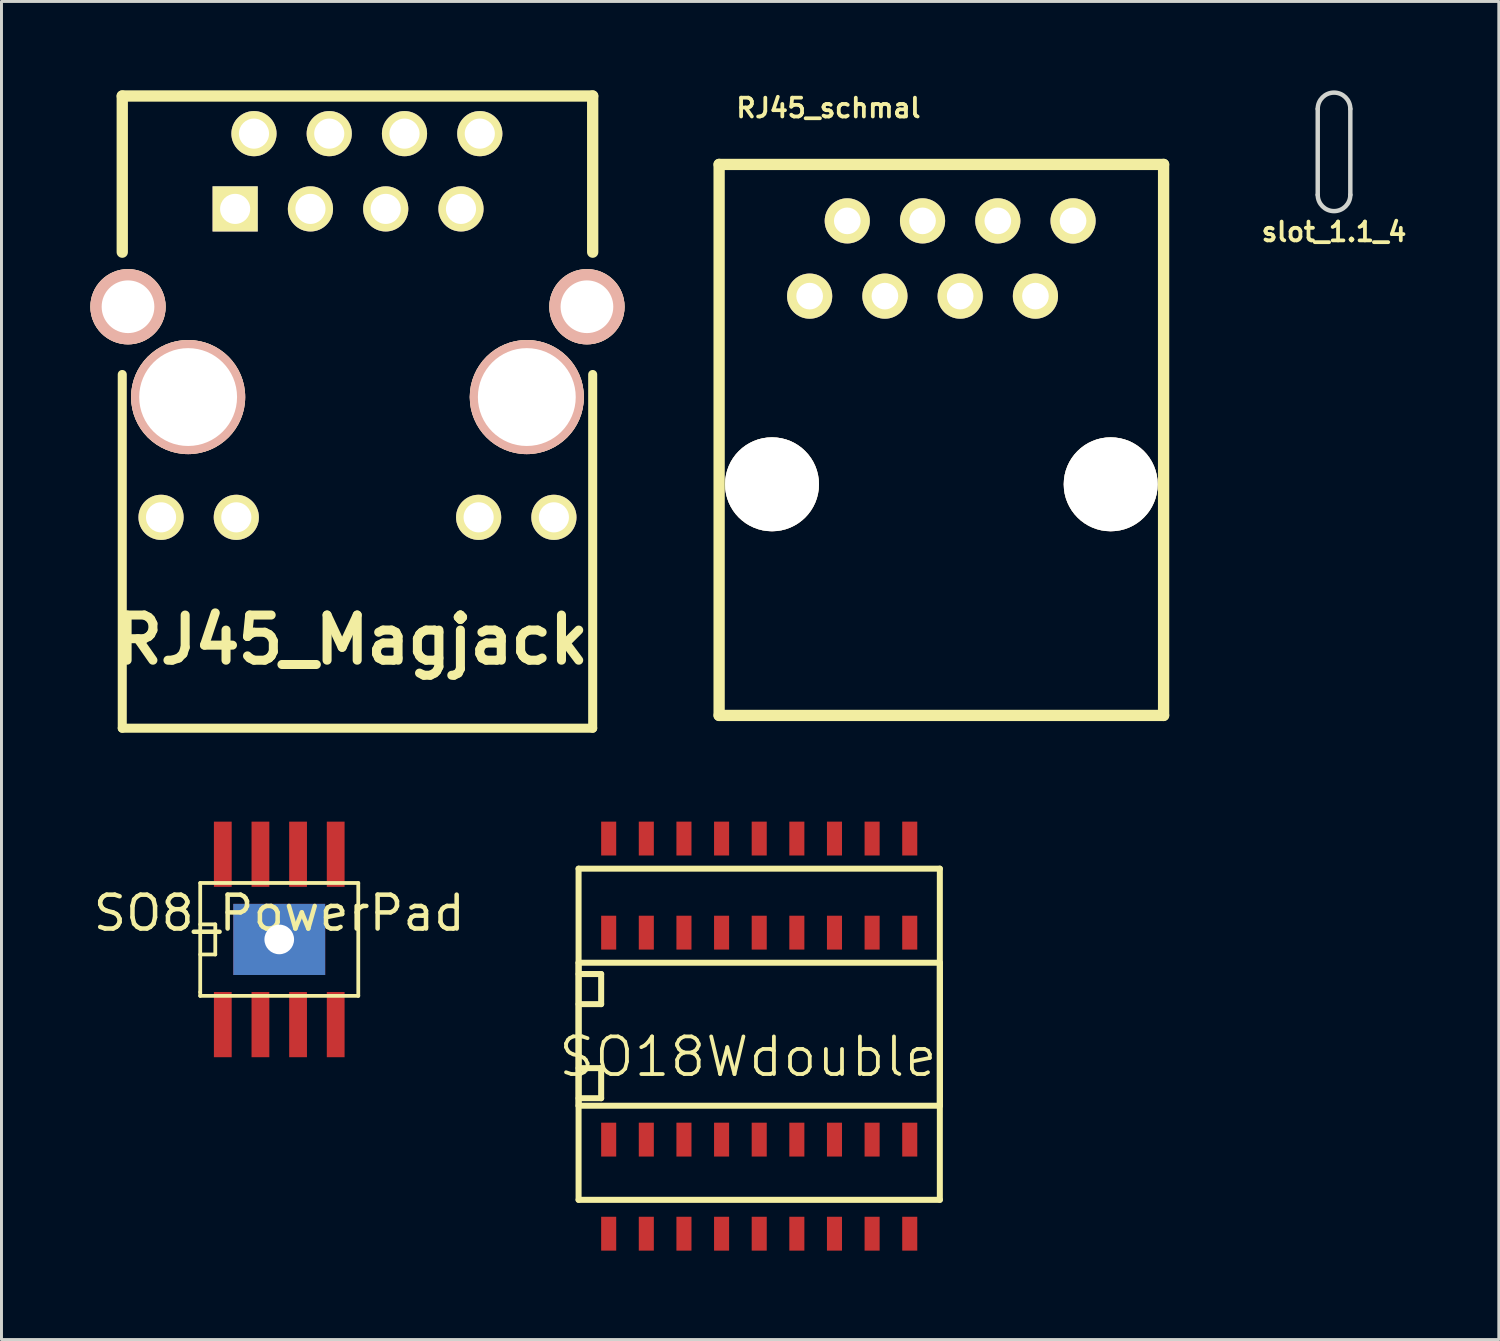
<source format=kicad_pcb>
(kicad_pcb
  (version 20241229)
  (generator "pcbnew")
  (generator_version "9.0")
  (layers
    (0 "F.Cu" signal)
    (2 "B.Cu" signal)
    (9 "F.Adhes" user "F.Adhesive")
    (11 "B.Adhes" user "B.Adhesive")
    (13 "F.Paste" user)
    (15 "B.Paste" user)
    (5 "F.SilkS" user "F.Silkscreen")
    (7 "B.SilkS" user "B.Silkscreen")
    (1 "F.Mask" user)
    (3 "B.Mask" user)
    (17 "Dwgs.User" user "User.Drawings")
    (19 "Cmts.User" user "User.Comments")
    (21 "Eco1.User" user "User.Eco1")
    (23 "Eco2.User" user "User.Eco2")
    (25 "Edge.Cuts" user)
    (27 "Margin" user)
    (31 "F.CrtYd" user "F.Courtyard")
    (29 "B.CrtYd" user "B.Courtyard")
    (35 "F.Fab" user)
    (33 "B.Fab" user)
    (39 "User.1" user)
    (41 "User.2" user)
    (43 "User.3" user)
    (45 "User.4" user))
  (footprint "slot_1.1_4"
    (layer "F.Cu")
    (at 41.971 2.075)
    (property "Reference" "slot_1.1_4" (at 0 2.7 0) (layer "F.SilkS") (effects (font (size 0.635 0.635) (thickness 0.127))))
    (attr through_hole)
    (fp_line (start -0.55 1.45) (end -0.55 -1.45) (stroke (width 0.15) (type solid)) (layer "Edge.Cuts"))
    (fp_line (start 0.55 1.45) (end 0.55 -1.45) (stroke (width 0.15) (type solid)) (layer "Edge.Cuts"))
    (fp_arc (start -0.55 -1.45) (mid 0 -2) (end 0.55 -1.45) (stroke (width 0.15) (type solid)) (layer "Edge.Cuts"))
    (fp_arc (start 0.55 1.45) (mid 0 2) (end -0.55 1.45) (stroke (width 0.15) (type solid)) (layer "Edge.Cuts")))
  (footprint "RJ45_schmal"
    (layer "F.Cu")
    (at 28.719 6.944)
    (property "Reference" "RJ45_schmal" (at -3.81 -6.35 0) (layer "F.SilkS") (effects (font (size 0.635 0.635) (thickness 0.127))))
    (attr through_hole)
    (fp_line (start -7.5 -4.445) (end -7.5 14.15) (stroke (width 0.381) (type solid)) (layer "F.SilkS"))
    (fp_line (start -7.5 14.15) (end 7.5 14.15) (stroke (width 0.381) (type solid)) (layer "F.SilkS"))
    (fp_line (start 7.5 -4.445) (end -7.5 -4.445) (stroke (width 0.381) (type solid)) (layer "F.SilkS"))
    (fp_line (start 7.5 14.15) (end 7.5 -4.445) (stroke (width 0.381) (type solid)) (layer "F.SilkS"))
    (pad "" thru_hole circle (at -5.715 6.35) (size 3.17 3.17) (drill 3.17) (layers "*.Cu" "*.Mask" "F.SilkS"))
    (pad "" thru_hole circle (at 5.715 6.35) (size 3.17 3.17) (drill 3.17) (layers "*.Cu" "*.Mask" "F.SilkS"))
    (pad "1" thru_hole circle (at -4.445 0) (size 1.524 1.524) (drill 0.899) (layers "*.Cu" "*.Mask" "F.SilkS"))
    (pad "2" thru_hole circle (at -3.175 -2.54) (size 1.524 1.524) (drill 0.899) (layers "*.Cu" "*.Mask" "F.SilkS"))
    (pad "3" thru_hole circle (at -1.905 0) (size 1.524 1.524) (drill 0.899) (layers "*.Cu" "*.Mask" "F.SilkS"))
    (pad "4" thru_hole circle (at -0.635 -2.54) (size 1.524 1.524) (drill 0.899) (layers "*.Cu" "*.Mask" "F.SilkS"))
    (pad "5" thru_hole circle (at 0.635 0) (size 1.524 1.524) (drill 0.899) (layers "*.Cu" "*.Mask" "F.SilkS"))
    (pad "6" thru_hole circle (at 1.905 -2.54) (size 1.524 1.524) (drill 0.899) (layers "*.Cu" "*.Mask" "F.SilkS"))
    (pad "7" thru_hole circle (at 3.175 0) (size 1.524 1.524) (drill 0.899) (layers "*.Cu" "*.Mask" "F.SilkS"))
    (pad "8" thru_hole circle (at 4.445 -2.54) (size 1.524 1.524) (drill 0.899) (layers "*.Cu" "*.Mask" "F.SilkS")))
  (footprint "RJ45_Magjack"
    (layer "F.Cu")
    (at 9.014 1.46)
    (property "Reference" "RJ45_Magjack" (at -0.191 17.081 0) (layer "F.SilkS") (effects (font (size 1.524 1.524) (thickness 0.305))))
    (attr through_hole)
    (fp_line (start -7.938 -1.27) (end 7.938 -1.27) (stroke (width 0.381) (type solid)) (layer "F.SilkS"))
    (fp_line (start -7.938 4) (end -7.938 -1.27) (stroke (width 0.381) (type solid)) (layer "F.SilkS"))
    (fp_line (start -7.938 20.066) (end -7.938 8.128) (stroke (width 0.305) (type solid)) (layer "F.SilkS"))
    (fp_line (start -7.938 20.066) (end 7.938 20.066) (stroke (width 0.305) (type solid)) (layer "F.SilkS"))
    (fp_line (start 7.938 -1.27) (end 7.938 4) (stroke (width 0.381) (type solid)) (layer "F.SilkS"))
    (fp_line (start 7.938 20.066) (end 7.938 8.128) (stroke (width 0.305) (type solid)) (layer "F.SilkS"))
    (pad "1" thru_hole rect (at -4.128 2.54) (size 1.524 1.524) (drill 1.016) (layers "*.Cu" "*.Mask" "F.SilkS"))
    (pad "2" thru_hole circle (at -3.493 0) (size 1.524 1.524) (drill 1.016) (layers "*.Cu" "*.Mask" "F.SilkS"))
    (pad "3" thru_hole circle (at -1.587 2.54) (size 1.524 1.524) (drill 1.016) (layers "*.Cu" "*.Mask" "F.SilkS"))
    (pad "4" thru_hole circle (at -0.953 0) (size 1.524 1.524) (drill 1.016) (layers "*.Cu" "*.Mask" "F.SilkS"))
    (pad "5" thru_hole circle (at 0.953 2.54) (size 1.524 1.524) (drill 1.016) (layers "*.Cu" "*.Mask" "F.SilkS"))
    (pad "6" thru_hole circle (at 1.587 0) (size 1.524 1.524) (drill 1.016) (layers "*.Cu" "*.Mask" "F.SilkS"))
    (pad "7" thru_hole circle (at 3.493 2.54) (size 1.524 1.524) (drill 1.016) (layers "*.Cu" "*.Mask" "F.SilkS"))
    (pad "8" thru_hole circle (at 4.128 0) (size 1.524 1.524) (drill 1.016) (layers "*.Cu" "*.Mask" "F.SilkS"))
    (pad "13" thru_hole circle (at -7.744 5.842) (size 2.54 2.54) (drill 1.778) (layers "*.Cu" "*.SilkS" "*.Mask"))
    (pad "13" thru_hole circle (at 7.744 5.842) (size 2.54 2.54) (drill 1.778) (layers "*.Cu" "*.SilkS" "*.Mask"))
    (pad "GA" thru_hole circle (at -6.629 12.949) (size 1.524 1.524) (drill 1.016) (layers "*.Cu" "*.Mask" "F.SilkS"))
    (pad "GK" thru_hole circle (at -4.089 12.949) (size 1.524 1.524) (drill 1.016) (layers "*.Cu" "*.Mask" "F.SilkS"))
    (pad "Hole" thru_hole circle (at -5.715 8.89) (size 3.851 3.851) (drill 3.302) (layers "*.Cu" "*.SilkS" "*.Mask"))
    (pad "Hole" thru_hole circle (at 5.715 8.89) (size 3.851 3.851) (drill 3.302) (layers "*.Cu" "*.SilkS" "*.Mask"))
    (pad "YA" thru_hole circle (at 4.089 12.949) (size 1.524 1.524) (drill 1.016) (layers "*.Cu" "*.Mask" "F.SilkS"))
    (pad "YK" thru_hole circle (at 6.629 12.949) (size 1.524 1.524) (drill 1.016) (layers "*.Cu" "*.Mask" "F.SilkS")))
  (footprint "SO18Wdouble"
    (layer "F.Cu")
    (at 21.937 33.505)
    (property "Reference" "SO18Wdouble" (at 0.254 -0.889 0) (layer "F.SilkS") (effects (font (size 1.27 1.27) (thickness 0.127))))
    (attr smd)
    (fp_line (start -5.461 -7.239) (end 6.731 -7.239) (stroke (width 0.203) (type solid)) (layer "F.SilkS"))
    (fp_line (start -5.461 -4.064) (end 6.731 -4.064) (stroke (width 0.203) (type solid)) (layer "F.SilkS"))
    (fp_line (start -5.461 -3.683) (end -4.699 -3.683) (stroke (width 0.203) (type solid)) (layer "F.SilkS"))
    (fp_line (start -5.461 -0.508) (end -4.699 -0.508) (stroke (width 0.203) (type solid)) (layer "F.SilkS"))
    (fp_line (start -5.461 0.762) (end -5.461 -7.239) (stroke (width 0.203) (type solid)) (layer "F.SilkS"))
    (fp_line (start -5.461 3.937) (end -5.461 -4.064) (stroke (width 0.203) (type solid)) (layer "F.SilkS"))
    (fp_line (start -4.699 -3.683) (end -4.699 -2.667) (stroke (width 0.203) (type solid)) (layer "F.SilkS"))
    (fp_line (start -4.699 -2.667) (end -5.461 -2.667) (stroke (width 0.203) (type solid)) (layer "F.SilkS"))
    (fp_line (start -4.699 -0.508) (end -4.699 0.508) (stroke (width 0.203) (type solid)) (layer "F.SilkS"))
    (fp_line (start -4.699 0.508) (end -5.461 0.508) (stroke (width 0.203) (type solid)) (layer "F.SilkS"))
    (fp_line (start 6.731 -7.239) (end 6.731 0.762) (stroke (width 0.203) (type solid)) (layer "F.SilkS"))
    (fp_line (start 6.731 -4.064) (end 6.731 3.937) (stroke (width 0.203) (type solid)) (layer "F.SilkS"))
    (fp_line (start 6.731 0.762) (end -5.461 0.762) (stroke (width 0.203) (type solid)) (layer "F.SilkS"))
    (fp_line (start 6.731 3.937) (end -5.461 3.937) (stroke (width 0.203) (type solid)) (layer "F.SilkS"))
    (pad "1" smd rect (at -4.445 1.905) (size 0.508 1.143) (layers "F.Cu" "F.Mask" "F.Paste"))
    (pad "1" smd rect (at -4.445 5.08) (size 0.508 1.143) (layers "F.Cu" "F.Mask" "F.Paste"))
    (pad "2" smd rect (at -3.175 1.905) (size 0.508 1.143) (layers "F.Cu" "F.Mask" "F.Paste"))
    (pad "2" smd rect (at -3.175 5.08) (size 0.508 1.143) (layers "F.Cu" "F.Mask" "F.Paste"))
    (pad "3" smd rect (at -1.905 1.905) (size 0.508 1.143) (layers "F.Cu" "F.Mask" "F.Paste"))
    (pad "3" smd rect (at -1.905 5.08) (size 0.508 1.143) (layers "F.Cu" "F.Mask" "F.Paste"))
    (pad "4" smd rect (at -0.635 1.905) (size 0.508 1.143) (layers "F.Cu" "F.Mask" "F.Paste"))
    (pad "4" smd rect (at -0.635 5.08) (size 0.508 1.143) (layers "F.Cu" "F.Mask" "F.Paste"))
    (pad "5" smd rect (at 0.635 1.905) (size 0.508 1.143) (layers "F.Cu" "F.Mask" "F.Paste"))
    (pad "5" smd rect (at 0.635 5.08) (size 0.508 1.143) (layers "F.Cu" "F.Mask" "F.Paste"))
    (pad "6" smd rect (at 1.905 1.905) (size 0.508 1.143) (layers "F.Cu" "F.Mask" "F.Paste"))
    (pad "6" smd rect (at 1.905 5.08) (size 0.508 1.143) (layers "F.Cu" "F.Mask" "F.Paste"))
    (pad "7" smd rect (at 3.175 1.905) (size 0.508 1.143) (layers "F.Cu" "F.Mask" "F.Paste"))
    (pad "7" smd rect (at 3.175 5.08) (size 0.508 1.143) (layers "F.Cu" "F.Mask" "F.Paste"))
    (pad "8" smd rect (at 4.445 1.905) (size 0.508 1.143) (layers "F.Cu" "F.Mask" "F.Paste"))
    (pad "8" smd rect (at 4.445 5.08) (size 0.508 1.143) (layers "F.Cu" "F.Mask" "F.Paste"))
    (pad "9" smd rect (at 5.715 -8.255) (size 0.508 1.143) (layers "F.Cu" "F.Mask" "F.Paste"))
    (pad "9" smd rect (at 5.715 5.08) (size 0.508 1.143) (layers "F.Cu" "F.Mask" "F.Paste"))
    (pad "10" smd rect (at 5.715 -5.08) (size 0.508 1.143) (layers "F.Cu" "F.Mask" "F.Paste"))
    (pad "10" smd rect (at 5.715 1.905) (size 0.508 1.143) (layers "F.Cu" "F.Mask" "F.Paste"))
    (pad "11" smd rect (at 4.445 -8.255) (size 0.508 1.143) (layers "F.Cu" "F.Mask" "F.Paste"))
    (pad "11" smd rect (at 4.445 -5.08) (size 0.508 1.143) (layers "F.Cu" "F.Mask" "F.Paste"))
    (pad "12" smd rect (at 3.175 -8.255) (size 0.508 1.143) (layers "F.Cu" "F.Mask" "F.Paste"))
    (pad "12" smd rect (at 3.175 -5.08) (size 0.508 1.143) (layers "F.Cu" "F.Mask" "F.Paste"))
    (pad "13" smd rect (at 1.905 -8.255) (size 0.508 1.143) (layers "F.Cu" "F.Mask" "F.Paste"))
    (pad "13" smd rect (at 1.905 -5.08) (size 0.508 1.143) (layers "F.Cu" "F.Mask" "F.Paste"))
    (pad "14" smd rect (at 0.635 -8.255) (size 0.508 1.143) (layers "F.Cu" "F.Mask" "F.Paste"))
    (pad "14" smd rect (at 0.635 -5.08) (size 0.508 1.143) (layers "F.Cu" "F.Mask" "F.Paste"))
    (pad "15" smd rect (at -0.635 -8.255) (size 0.508 1.143) (layers "F.Cu" "F.Mask" "F.Paste"))
    (pad "15" smd rect (at -0.635 -5.08) (size 0.508 1.143) (layers "F.Cu" "F.Mask" "F.Paste"))
    (pad "16" smd rect (at -1.905 -8.255) (size 0.508 1.143) (layers "F.Cu" "F.Mask" "F.Paste"))
    (pad "16" smd rect (at -1.905 -5.08) (size 0.508 1.143) (layers "F.Cu" "F.Mask" "F.Paste"))
    (pad "17" smd rect (at -3.175 -8.255) (size 0.508 1.143) (layers "F.Cu" "F.Mask" "F.Paste"))
    (pad "17" smd rect (at -3.175 -5.08) (size 0.508 1.143) (layers "F.Cu" "F.Mask" "F.Paste"))
    (pad "18" smd rect (at -4.445 -8.255) (size 0.508 1.143) (layers "F.Cu" "F.Mask" "F.Paste"))
    (pad "18" smd rect (at -4.445 -5.08) (size 0.508 1.143) (layers "F.Cu" "F.Mask" "F.Paste")))
  (footprint "SO8_PowerPad"
    (layer "F.Cu")
    (at 6.374 28.654)
    (property "Reference" "SO8_PowerPad" (at 0 -0.889 0) (layer "F.SilkS") (effects (font (size 1.143 1.143) (thickness 0.152))))
    (attr smd)
    (fp_line (start -2.667 -1.905) (end -2.667 1.778) (stroke (width 0.127) (type solid)) (layer "F.SilkS"))
    (fp_line (start -2.667 -0.508) (end -2.159 -0.508) (stroke (width 0.127) (type solid)) (layer "F.SilkS"))
    (fp_line (start -2.667 1.778) (end -2.667 1.905) (stroke (width 0.127) (type solid)) (layer "F.SilkS"))
    (fp_line (start -2.667 1.905) (end 2.667 1.905) (stroke (width 0.127) (type solid)) (layer "F.SilkS"))
    (fp_line (start -2.159 -0.508) (end -2.159 0.508) (stroke (width 0.127) (type solid)) (layer "F.SilkS"))
    (fp_line (start -2.159 0.508) (end -2.667 0.508) (stroke (width 0.127) (type solid)) (layer "F.SilkS"))
    (fp_line (start 2.667 -1.905) (end -2.667 -1.905) (stroke (width 0.127) (type solid)) (layer "F.SilkS"))
    (fp_line (start 2.667 -1.905) (end 2.667 1.905) (stroke (width 0.127) (type solid)) (layer "F.SilkS"))
    (pad "1" smd rect (at -1.905 2.875) (size 0.6 2.2) (layers "F.Cu" "F.Mask" "F.Paste"))
    (pad "2" smd rect (at -0.635 2.875) (size 0.6 2.2) (layers "F.Cu" "F.Mask" "F.Paste"))
    (pad "3" smd rect (at 0.635 2.875) (size 0.6 2.2) (layers "F.Cu" "F.Mask" "F.Paste"))
    (pad "4" smd rect (at 1.905 2.875) (size 0.6 2.2) (layers "F.Cu" "F.Mask" "F.Paste"))
    (pad "5" smd rect (at 1.905 -2.875) (size 0.6 2.2) (layers "F.Cu" "F.Mask" "F.Paste"))
    (pad "6" smd rect (at 0.635 -2.875) (size 0.6 2.2) (layers "F.Cu" "F.Mask" "F.Paste"))
    (pad "7" smd rect (at -0.635 -2.875) (size 0.6 2.2) (layers "F.Cu" "F.Mask" "F.Paste"))
    (pad "8" smd rect (at -1.905 -2.875) (size 0.6 2.2) (layers "F.Cu" "F.Mask" "F.Paste"))
    (pad "9" thru_hole rect (at 0 0) (size 3.1 2.4) (drill 1) (layers "*.Cu" "*.Mask")))
  (gr_rect
    (start -3 -3)
    (end 47.532 42.157)
    (stroke (width 0.1) (type default))
    (fill no)
    (layer "Edge.Cuts")))
</source>
